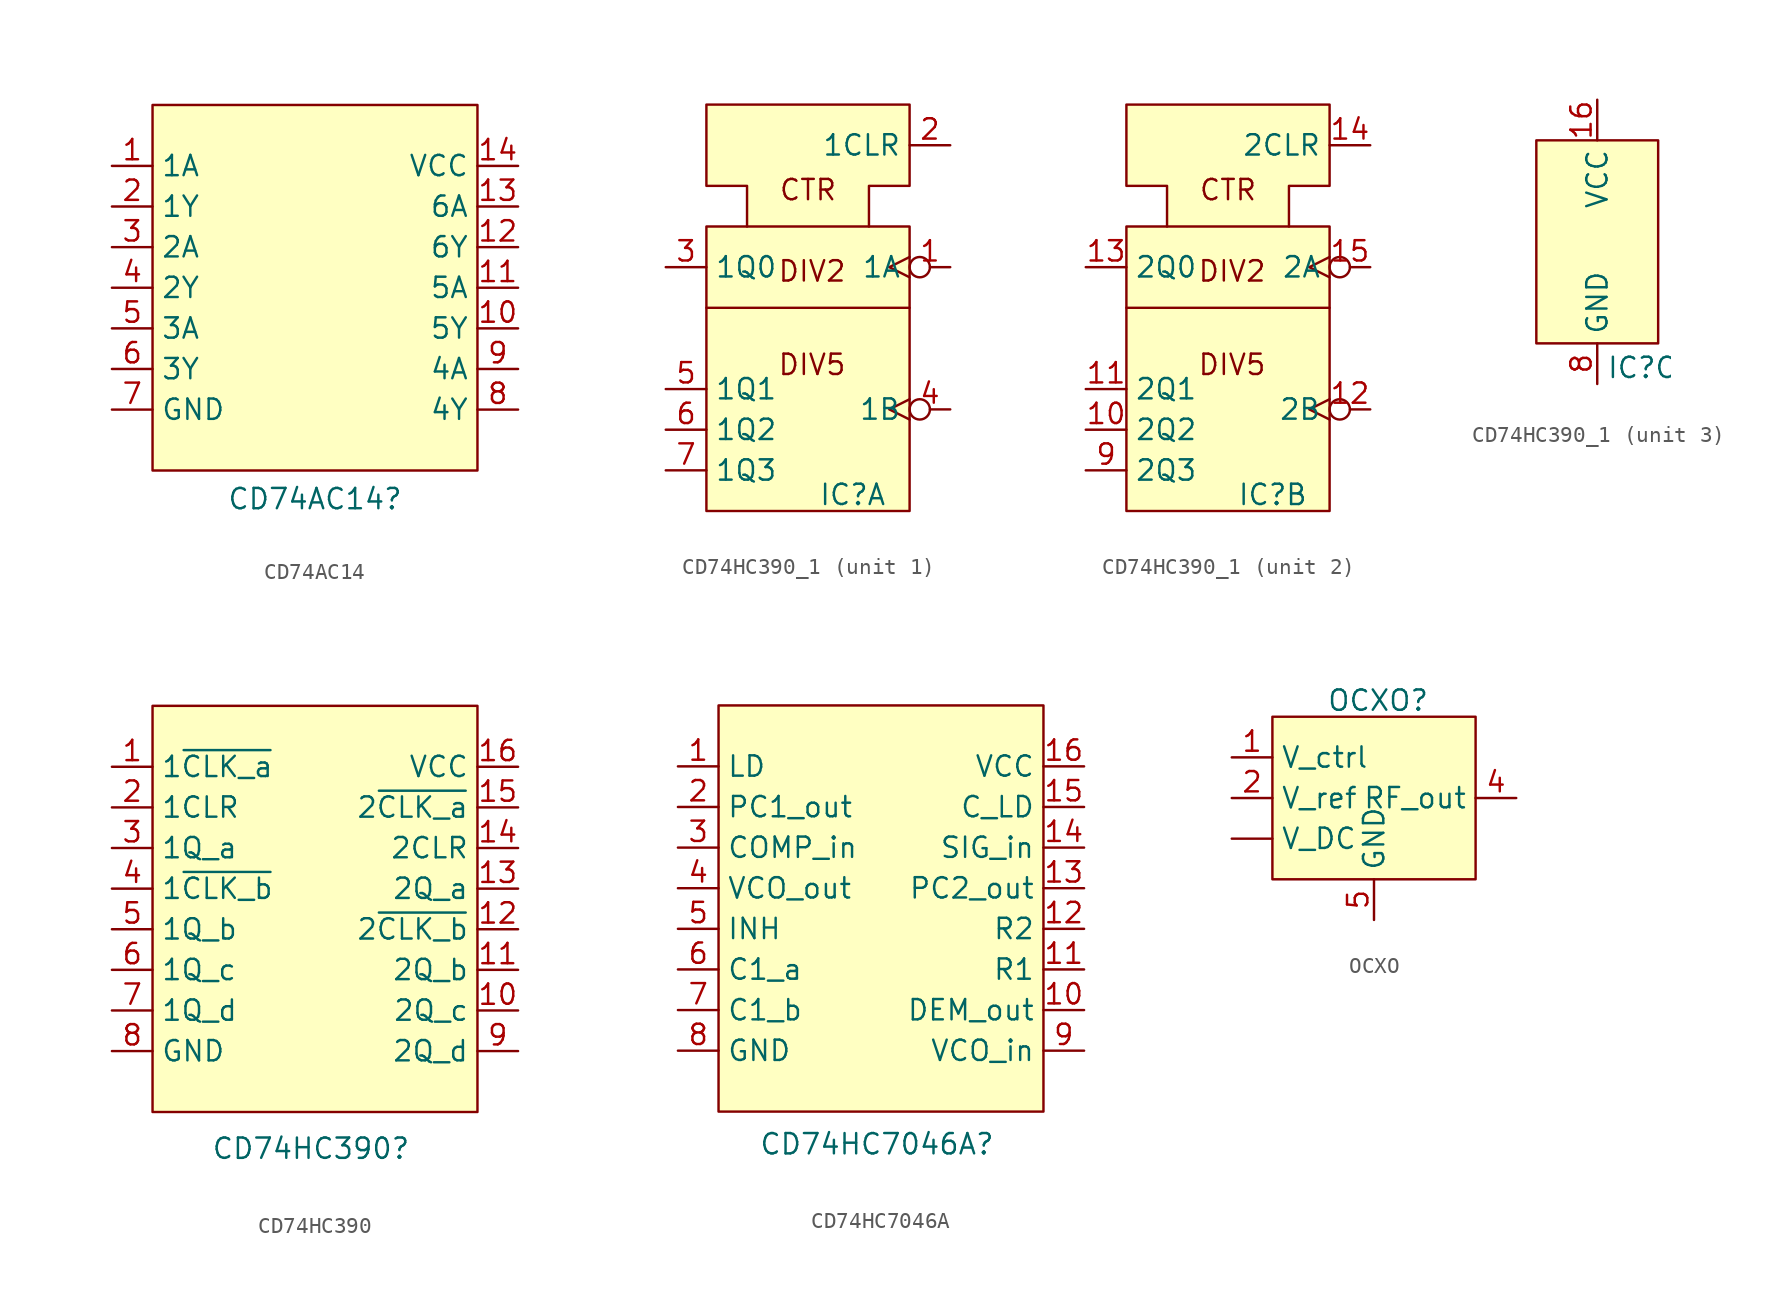
<source format=kicad_sym>
(kicad_symbol_lib
  (version 20231120)
  (generator "kicad_symbol_editor")
  (generator_version "8.0")
  (symbol "CD74AC14"
    (property "Reference" "CD74AC14"
      (at 0 -13.208 0)
      (effects (font (size 1.27 1.27))))
    (property "Value" ""
      (at 0 0 0)
      (effects (font (size 1.27 1.27))))
    (symbol "CD74AC14_1_1"
      (rectangle (start -10.16 11.43) (end 10.16 -11.43) (stroke (width 0) (type default)) (fill (type background)))
      (pin input line (at -12.7 7.62 0) (length 2.54) (name "1A" (effects (font (size 1.27 1.27)))) (number "1" (effects (font (size 1.27 1.27)))))
      (pin output line (at 12.7 -2.54 180) (length 2.54) (name "5Y" (effects (font (size 1.27 1.27)))) (number "10" (effects (font (size 1.27 1.27)))))
      (pin input line (at 12.7 0 180) (length 2.54) (name "5A" (effects (font (size 1.27 1.27)))) (number "11" (effects (font (size 1.27 1.27)))))
      (pin output line (at 12.7 2.54 180) (length 2.54) (name "6Y" (effects (font (size 1.27 1.27)))) (number "12" (effects (font (size 1.27 1.27)))))
      (pin input line (at 12.7 5.08 180) (length 2.54) (name "6A" (effects (font (size 1.27 1.27)))) (number "13" (effects (font (size 1.27 1.27)))))
      (pin power_out line (at 12.7 7.62 180) (length 2.54) (name "VCC" (effects (font (size 1.27 1.27)))) (number "14" (effects (font (size 1.27 1.27)))))
      (pin output line (at -12.7 5.08 0) (length 2.54) (name "1Y" (effects (font (size 1.27 1.27)))) (number "2" (effects (font (size 1.27 1.27)))))
      (pin input line (at -12.7 2.54 0) (length 2.54) (name "2A" (effects (font (size 1.27 1.27)))) (number "3" (effects (font (size 1.27 1.27)))))
      (pin output line (at -12.7 0 0) (length 2.54) (name "2Y" (effects (font (size 1.27 1.27)))) (number "4" (effects (font (size 1.27 1.27)))))
      (pin input line (at -12.7 -2.54 0) (length 2.54) (name "3A" (effects (font (size 1.27 1.27)))) (number "5" (effects (font (size 1.27 1.27)))))
      (pin output line (at -12.7 -5.08 0) (length 2.54) (name "3Y" (effects (font (size 1.27 1.27)))) (number "6" (effects (font (size 1.27 1.27)))))
      (pin power_in line (at -12.7 -7.62 0) (length 2.54) (name "GND" (effects (font (size 1.27 1.27)))) (number "7" (effects (font (size 1.27 1.27)))))
      (pin output line (at 12.7 -7.62 180) (length 2.54) (name "4Y" (effects (font (size 1.27 1.27)))) (number "8" (effects (font (size 1.27 1.27)))))
      (pin input line (at 12.7 -5.08 180) (length 2.54) (name "4A" (effects (font (size 1.27 1.27)))) (number "9" (effects (font (size 1.27 1.27)))))))
  (symbol "CD74HC390_1"
    (property "Reference" "IC"
      (at 2.794 -7.874 0)
      (effects (font (size 1.27 1.27))))
    (property "Value" ""
      (at 0 0 0)
      (effects (font (size 1.27 1.27))))
    (property "ki_locked" ""
      (at 0 0 0)
      (effects (font (size 1.27 1.27))))
    (symbol "CD74HC390_1_1_1"
      (rectangle (start -6.35 8.89) (end 6.35 -8.89) (stroke (width 0) (type default)) (fill (type background)))
      (polyline (pts (xy -6.35 3.81) (xy 6.35 3.81)) (stroke (width 0) (type default)) (fill (type none)))
      (polyline (pts (xy -3.81 8.89) (xy -3.81 11.43) (xy -6.35 11.43) (xy -6.35 16.51) (xy 6.35 16.51) (xy 6.35 11.43) (xy 3.81 11.43) (xy 3.81 8.89)) (stroke (width 0) (type default)) (fill (type background)))
      (text "CTR" (at 0 11.176 0) (effects (font (size 1.27 1.27))))
      (text "DIV2" (at 0.254 6.096 0) (effects (font (size 1.27 1.27))))
      (text "DIV5" (at 0.254 0.254 0) (effects (font (size 1.27 1.27))))
      (pin input inverted_clock (at 8.89 6.35 180) (length 2.54) (name "1A" (effects (font (size 1.27 1.27)))) (number "1" (effects (font (size 1.27 1.27)))))
      (pin input line (at 8.89 13.97 180) (length 2.54) (name "1CLR" (effects (font (size 1.27 1.27)))) (number "2" (effects (font (size 1.27 1.27)))))
      (pin output line (at -8.89 6.35 0) (length 2.54) (name "1Q0" (effects (font (size 1.27 1.27)))) (number "3" (effects (font (size 1.27 1.27)))))
      (pin input inverted_clock (at 8.89 -2.54 180) (length 2.54) (name "1B" (effects (font (size 1.27 1.27)))) (number "4" (effects (font (size 1.27 1.27)))))
      (pin output line (at -8.89 -1.27 0) (length 2.54) (name "1Q1" (effects (font (size 1.27 1.27)))) (number "5" (effects (font (size 1.27 1.27)))))
      (pin output line (at -8.89 -3.81 0) (length 2.54) (name "1Q2" (effects (font (size 1.27 1.27)))) (number "6" (effects (font (size 1.27 1.27)))))
      (pin output line (at -8.89 -6.35 0) (length 2.54) (name "1Q3" (effects (font (size 1.27 1.27)))) (number "7" (effects (font (size 1.27 1.27))))))
    (symbol "CD74HC390_1_2_1"
      (rectangle (start -6.35 8.89) (end 6.35 -8.89) (stroke (width 0) (type default)) (fill (type background)))
      (polyline (pts (xy -6.35 3.81) (xy 6.35 3.81)) (stroke (width 0) (type default)) (fill (type none)))
      (polyline (pts (xy -3.81 8.89) (xy -3.81 11.43) (xy -6.35 11.43) (xy -6.35 16.51) (xy 6.35 16.51) (xy 6.35 11.43) (xy 3.81 11.43) (xy 3.81 8.89)) (stroke (width 0) (type default)) (fill (type background)))
      (text "CTR" (at 0 11.176 0) (effects (font (size 1.27 1.27))))
      (text "DIV2" (at 0.254 6.096 0) (effects (font (size 1.27 1.27))))
      (text "DIV5" (at 0.254 0.254 0) (effects (font (size 1.27 1.27))))
      (pin output line (at -8.89 -3.81 0) (length 2.54) (name "2Q2" (effects (font (size 1.27 1.27)))) (number "10" (effects (font (size 1.27 1.27)))))
      (pin output line (at -8.89 -1.27 0) (length 2.54) (name "2Q1" (effects (font (size 1.27 1.27)))) (number "11" (effects (font (size 1.27 1.27)))))
      (pin input inverted_clock (at 8.89 -2.54 180) (length 2.54) (name "2B" (effects (font (size 1.27 1.27)))) (number "12" (effects (font (size 1.27 1.27)))))
      (pin output line (at -8.89 6.35 0) (length 2.54) (name "2Q0" (effects (font (size 1.27 1.27)))) (number "13" (effects (font (size 1.27 1.27)))))
      (pin input line (at 8.89 13.97 180) (length 2.54) (name "2CLR" (effects (font (size 1.27 1.27)))) (number "14" (effects (font (size 1.27 1.27)))))
      (pin input inverted_clock (at 8.89 6.35 180) (length 2.54) (name "2A" (effects (font (size 1.27 1.27)))) (number "15" (effects (font (size 1.27 1.27)))))
      (pin output line (at -8.89 -6.35 0) (length 2.54) (name "2Q3" (effects (font (size 1.27 1.27)))) (number "9" (effects (font (size 1.27 1.27))))))
    (symbol "CD74HC390_1_3_1"
      (rectangle (start -3.81 6.35) (end 3.81 -6.35) (stroke (width 0) (type default)) (fill (type background)))
      (pin power_in line (at 0 8.89 270) (length 2.54) (name "VCC" (effects (font (size 1.27 1.27)))) (number "16" (effects (font (size 1.27 1.27)))))
      (pin power_in line (at 0 -8.89 90) (length 2.54) (name "GND" (effects (font (size 1.27 1.27)))) (number "8" (effects (font (size 1.27 1.27)))))))
  (symbol "CD74HC390"
    (property "Reference" "CD74HC390"
      (at -0.254 -14.986 0)
      (effects (font (size 1.27 1.27))))
    (property "Value" ""
      (at 0 0 0)
      (effects (font (size 1.27 1.27))))
    (symbol "CD74HC390_1_1"
      (rectangle (start -10.16 12.7) (end 10.16 -12.7) (stroke (width 0) (type default)) (fill (type background)))
      (pin input line (at -12.7 8.89 0) (length 2.54) (name "1~{CLK_a}" (effects (font (size 1.27 1.27)))) (number "1" (effects (font (size 1.27 1.27)))))
      (pin output line (at 12.7 -6.35 180) (length 2.54) (name "2Q_c" (effects (font (size 1.27 1.27)))) (number "10" (effects (font (size 1.27 1.27)))))
      (pin output line (at 12.7 -3.81 180) (length 2.54) (name "2Q_b" (effects (font (size 1.27 1.27)))) (number "11" (effects (font (size 1.27 1.27)))))
      (pin input line (at 12.7 -1.27 180) (length 2.54) (name "2~{CLK_b}" (effects (font (size 1.27 1.27)))) (number "12" (effects (font (size 1.27 1.27)))))
      (pin output line (at 12.7 1.27 180) (length 2.54) (name "2Q_a" (effects (font (size 1.27 1.27)))) (number "13" (effects (font (size 1.27 1.27)))))
      (pin input line (at 12.7 3.81 180) (length 2.54) (name "2CLR" (effects (font (size 1.27 1.27)))) (number "14" (effects (font (size 1.27 1.27)))))
      (pin input line (at 12.7 6.35 180) (length 2.54) (name "2~{CLK_a}" (effects (font (size 1.27 1.27)))) (number "15" (effects (font (size 1.27 1.27)))))
      (pin power_in line (at 12.7 8.89 180) (length 2.54) (name "VCC" (effects (font (size 1.27 1.27)))) (number "16" (effects (font (size 1.27 1.27)))))
      (pin input line (at -12.7 6.35 0) (length 2.54) (name "1CLR" (effects (font (size 1.27 1.27)))) (number "2" (effects (font (size 1.27 1.27)))))
      (pin output line (at -12.7 3.81 0) (length 2.54) (name "1Q_a" (effects (font (size 1.27 1.27)))) (number "3" (effects (font (size 1.27 1.27)))))
      (pin input line (at -12.7 1.27 0) (length 2.54) (name "1~{CLK_b}" (effects (font (size 1.27 1.27)))) (number "4" (effects (font (size 1.27 1.27)))))
      (pin output line (at -12.7 -1.27 0) (length 2.54) (name "1Q_b" (effects (font (size 1.27 1.27)))) (number "5" (effects (font (size 1.27 1.27)))))
      (pin output line (at -12.7 -3.81 0) (length 2.54) (name "1Q_c" (effects (font (size 1.27 1.27)))) (number "6" (effects (font (size 1.27 1.27)))))
      (pin output line (at -12.7 -6.35 0) (length 2.54) (name "1Q_d" (effects (font (size 1.27 1.27)))) (number "7" (effects (font (size 1.27 1.27)))))
      (pin power_in line (at -12.7 -8.89 0) (length 2.54) (name "GND" (effects (font (size 1.27 1.27)))) (number "8" (effects (font (size 1.27 1.27)))))
      (pin output line (at 12.7 -8.89 180) (length 2.54) (name "2Q_d" (effects (font (size 1.27 1.27)))) (number "9" (effects (font (size 1.27 1.27)))))))
  (symbol "CD74HC7046A"
    (property "Reference" "CD74HC7046A"
      (at -0.254 -14.732 0)
      (effects (font (size 1.27 1.27))))
    (property "Value" ""
      (at -2.54 0 0)
      (effects (font (size 1.27 1.27))))
    (symbol "CD74HC7046A_1_1"
      (rectangle (start -10.16 12.7) (end 10.16 -12.7) (stroke (width 0) (type default)) (fill (type background)))
      (pin output line (at -12.7 8.89 0) (length 2.54) (name "LD" (effects (font (size 1.27 1.27)))) (number "1" (effects (font (size 1.27 1.27)))))
      (pin output line (at 12.7 -6.35 180) (length 2.54) (name "DEM_out" (effects (font (size 1.27 1.27)))) (number "10" (effects (font (size 1.27 1.27)))))
      (pin passive line (at 12.7 -3.81 180) (length 2.54) (name "R1" (effects (font (size 1.27 1.27)))) (number "11" (effects (font (size 1.27 1.27)))))
      (pin passive line (at 12.7 -1.27 180) (length 2.54) (name "R2" (effects (font (size 1.27 1.27)))) (number "12" (effects (font (size 1.27 1.27)))))
      (pin output line (at 12.7 1.27 180) (length 2.54) (name "PC2_out" (effects (font (size 1.27 1.27)))) (number "13" (effects (font (size 1.27 1.27)))))
      (pin input line (at 12.7 3.81 180) (length 2.54) (name "SIG_in" (effects (font (size 1.27 1.27)))) (number "14" (effects (font (size 1.27 1.27)))))
      (pin passive line (at 12.7 6.35 180) (length 2.54) (name "C_LD" (effects (font (size 1.27 1.27)))) (number "15" (effects (font (size 1.27 1.27)))))
      (pin power_in line (at 12.7 8.89 180) (length 2.54) (name "VCC" (effects (font (size 1.27 1.27)))) (number "16" (effects (font (size 1.27 1.27)))))
      (pin output line (at -12.7 6.35 0) (length 2.54) (name "PC1_out" (effects (font (size 1.27 1.27)))) (number "2" (effects (font (size 1.27 1.27)))))
      (pin input line (at -12.7 3.81 0) (length 2.54) (name "COMP_in" (effects (font (size 1.27 1.27)))) (number "3" (effects (font (size 1.27 1.27)))))
      (pin output line (at -12.7 1.27 0) (length 2.54) (name "VCO_out" (effects (font (size 1.27 1.27)))) (number "4" (effects (font (size 1.27 1.27)))))
      (pin input line (at -12.7 -1.27 0) (length 2.54) (name "INH" (effects (font (size 1.27 1.27)))) (number "5" (effects (font (size 1.27 1.27)))))
      (pin passive line (at -12.7 -3.81 0) (length 2.54) (name "C1_a" (effects (font (size 1.27 1.27)))) (number "6" (effects (font (size 1.27 1.27)))))
      (pin passive line (at -12.7 -6.35 0) (length 2.54) (name "C1_b" (effects (font (size 1.27 1.27)))) (number "7" (effects (font (size 1.27 1.27)))))
      (pin power_in line (at -12.7 -8.89 0) (length 2.54) (name "GND" (effects (font (size 1.27 1.27)))) (number "8" (effects (font (size 1.27 1.27)))))
      (pin input line (at 12.7 -8.89 180) (length 2.54) (name "VCO_in" (effects (font (size 1.27 1.27)))) (number "9" (effects (font (size 1.27 1.27)))))))
  (symbol "OCXO"
    (property "Reference" "OCXO"
      (at 0.254 6.096 0)
      (effects (font (size 1.27 1.27))))
    (property "Value" ""
      (at 0 0 0)
      (effects (font (size 1.27 1.27))))
    (symbol "OCXO_1_1"
      (rectangle (start -6.35 5.08) (end 6.35 -5.08) (stroke (width 0) (type default)) (fill (type background)))
      (pin power_in line (at -8.89 -2.54 0) (length 2.54) (name "V_DC" (effects (font (size 1.27 1.27)))) (number "" (effects (font (size 1.27 1.27)))))
      (pin input line (at -8.89 2.54 0) (length 2.54) (name "V_ctrl" (effects (font (size 1.27 1.27)))) (number "1" (effects (font (size 1.27 1.27)))))
      (pin input line (at -8.89 0 0) (length 2.54) (name "V_ref" (effects (font (size 1.27 1.27)))) (number "2" (effects (font (size 1.27 1.27)))))
      (pin output line (at 8.89 0 180) (length 2.54) (name "RF_out" (effects (font (size 1.27 1.27)))) (number "4" (effects (font (size 1.27 1.27)))))
      (pin power_in line (at 0 -7.62 90) (length 2.54) (name "GND" (effects (font (size 1.27 1.27)))) (number "5" (effects (font (size 1.27 1.27))))))))
</source>
